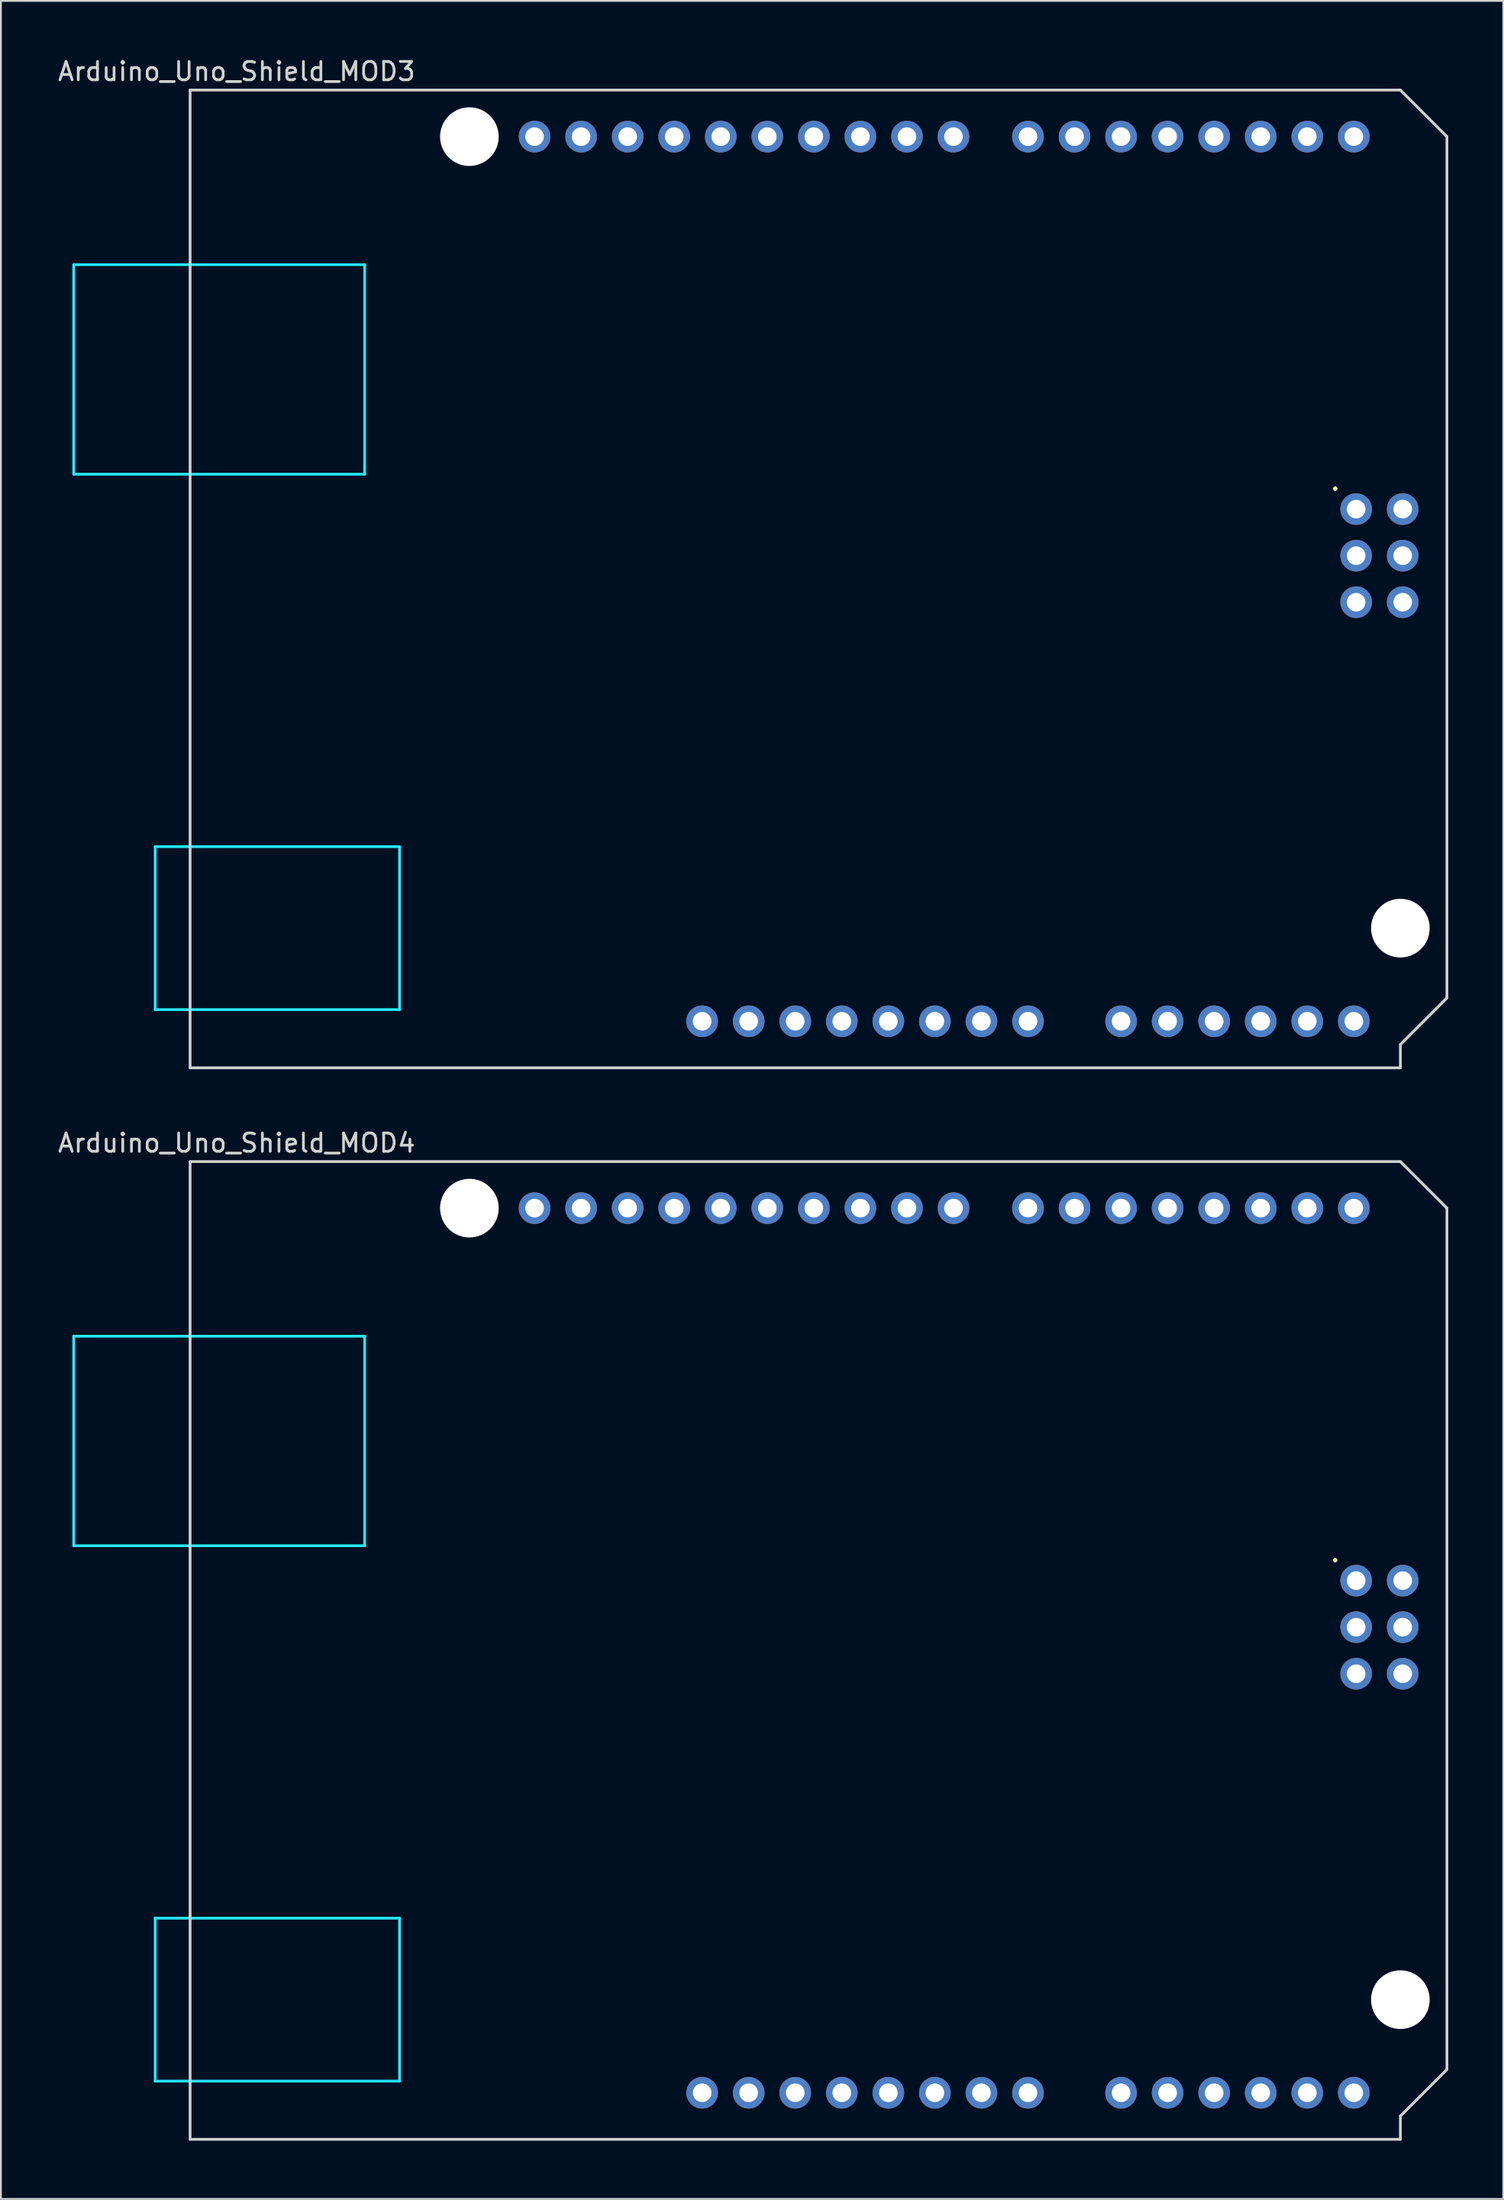
<source format=kicad_pcb>
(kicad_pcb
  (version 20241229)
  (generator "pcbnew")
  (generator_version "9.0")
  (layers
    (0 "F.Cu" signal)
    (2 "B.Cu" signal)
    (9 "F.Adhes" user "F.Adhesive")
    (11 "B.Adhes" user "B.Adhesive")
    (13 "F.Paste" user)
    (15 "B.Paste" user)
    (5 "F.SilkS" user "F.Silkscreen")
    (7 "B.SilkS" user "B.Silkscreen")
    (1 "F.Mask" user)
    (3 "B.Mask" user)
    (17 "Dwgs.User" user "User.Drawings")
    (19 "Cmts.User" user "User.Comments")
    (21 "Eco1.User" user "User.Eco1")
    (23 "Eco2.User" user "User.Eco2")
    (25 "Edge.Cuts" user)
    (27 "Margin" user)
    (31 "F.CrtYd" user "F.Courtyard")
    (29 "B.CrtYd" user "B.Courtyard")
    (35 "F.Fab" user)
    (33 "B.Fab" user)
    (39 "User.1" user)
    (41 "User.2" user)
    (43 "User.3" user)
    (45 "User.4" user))
  (footprint "Arduino_Uno_Shield_MOD4"
    (layer "F.Cu")
    (at 7.323 113.659)
    (property "Reference" "Arduino_Uno_Shield_MOD4" (at 2.54 -54.356 0) (layer "Edge.Cuts") (effects (font (size 1 1) (thickness 0.15))))
    (attr through_hole)
    (fp_line (start 0 -53.34) (end 0 0) (stroke (width 0.15) (type solid)) (layer "Edge.Cuts"))
    (fp_line (start 0 -53.34) (end 66.04 -53.34) (stroke (width 0.15) (type solid)) (layer "Edge.Cuts"))
    (fp_line (start 0 0) (end 66.04 0) (stroke (width 0.15) (type solid)) (layer "Edge.Cuts"))
    (fp_line (start 66.04 -1.27) (end 68.58 -3.81) (stroke (width 0.15) (type solid)) (layer "Edge.Cuts"))
    (fp_line (start 66.04 0) (end 66.04 -1.27) (stroke (width 0.15) (type solid)) (layer "Edge.Cuts"))
    (fp_line (start 68.58 -50.8) (end 66.04 -53.34) (stroke (width 0.15) (type solid)) (layer "Edge.Cuts"))
    (fp_line (start 68.58 -3.81) (end 68.58 -50.8) (stroke (width 0.15) (type solid)) (layer "Edge.Cuts"))
    (fp_line (start -6.35 -43.815) (end -6.35 -32.385) (stroke (width 0.15) (type solid)) (layer "B.CrtYd"))
    (fp_line (start -1.905 -12.065) (end -1.905 -3.175) (stroke (width 0.15) (type solid)) (layer "B.CrtYd"))
    (fp_line (start -1.905 -12.065) (end 11.43 -12.065) (stroke (width 0.15) (type solid)) (layer "B.CrtYd"))
    (fp_line (start -1.905 -3.175) (end 11.43 -3.175) (stroke (width 0.15) (type solid)) (layer "B.CrtYd"))
    (fp_line (start 9.525 -43.815) (end -6.35 -43.815) (stroke (width 0.15) (type solid)) (layer "B.CrtYd"))
    (fp_line (start 9.525 -43.815) (end 9.525 -32.385) (stroke (width 0.15) (type solid)) (layer "B.CrtYd"))
    (fp_line (start 9.525 -32.385) (end -6.35 -32.385) (stroke (width 0.15) (type solid)) (layer "B.CrtYd"))
    (fp_line (start 11.43 -12.065) (end 11.43 -3.175) (stroke (width 0.15) (type solid)) (layer "B.CrtYd"))
    (fp_text user "." (at 62.484 -32.004 0) (layer "F.SilkS") (effects (font (size 1 1) (thickness 0.15))))
    (pad "" np_thru_hole circle (at 15.24 -50.8) (size 3.2 3.2) (drill 3.2) (layers "*.Cu" "*.Mask"))
    (pad "" thru_hole oval (at 27.94 -2.54) (size 1.727 1.727) (drill 1.016) (layers "*.Cu" "*.Mask"))
    (pad "" np_thru_hole circle (at 66.04 -7.62) (size 3.2 3.2) (drill 3.2) (layers "*.Cu" "*.Mask"))
    (pad "3V3" thru_hole oval (at 35.56 -2.54) (size 1.727 1.727) (drill 1.016) (layers "*.Cu" "*.Mask"))
    (pad "5V1" thru_hole oval (at 38.1 -2.54) (size 1.727 1.727) (drill 1.016) (layers "*.Cu" "*.Mask"))
    (pad "5V2" thru_hole oval (at 66.167 -30.48) (size 1.727 1.727) (drill 1.016) (layers "*.Cu" "*.Mask"))
    (pad "A0" thru_hole oval (at 50.8 -2.54) (size 1.727 1.727) (drill 1.016) (layers "*.Cu" "*.Mask"))
    (pad "A1" thru_hole oval (at 53.34 -2.54) (size 1.727 1.727) (drill 1.016) (layers "*.Cu" "*.Mask"))
    (pad "A2" thru_hole oval (at 55.88 -2.54) (size 1.727 1.727) (drill 1.016) (layers "*.Cu" "*.Mask"))
    (pad "A3" thru_hole oval (at 58.42 -2.54) (size 1.727 1.727) (drill 1.016) (layers "*.Cu" "*.Mask"))
    (pad "A4" thru_hole oval (at 60.96 -2.54) (size 1.727 1.727) (drill 1.016) (layers "*.Cu" "*.Mask"))
    (pad "A5" thru_hole oval (at 63.5 -2.54) (size 1.727 1.727) (drill 1.016) (layers "*.Cu" "*.Mask"))
    (pad "AREF" thru_hole oval (at 23.876 -50.8) (size 1.727 1.727) (drill 1.016) (layers "*.Cu" "*.Mask"))
    (pad "D0" thru_hole oval (at 63.5 -50.8) (size 1.727 1.727) (drill 1.016) (layers "*.Cu" "*.Mask"))
    (pad "D1" thru_hole oval (at 60.96 -50.8) (size 1.727 1.727) (drill 1.016) (layers "*.Cu" "*.Mask"))
    (pad "D2" thru_hole oval (at 58.42 -50.8) (size 1.727 1.727) (drill 1.016) (layers "*.Cu" "*.Mask"))
    (pad "D3" thru_hole oval (at 55.88 -50.8) (size 1.727 1.727) (drill 1.016) (layers "*.Cu" "*.Mask"))
    (pad "D4" thru_hole oval (at 53.34 -50.8) (size 1.727 1.727) (drill 1.016) (layers "*.Cu" "*.Mask"))
    (pad "D5" thru_hole oval (at 50.8 -50.8) (size 1.727 1.727) (drill 1.016) (layers "*.Cu" "*.Mask"))
    (pad "D6" thru_hole oval (at 48.26 -50.8) (size 1.727 1.727) (drill 1.016) (layers "*.Cu" "*.Mask"))
    (pad "D7" thru_hole oval (at 45.72 -50.8) (size 1.727 1.727) (drill 1.016) (layers "*.Cu" "*.Mask"))
    (pad "D8" thru_hole oval (at 41.656 -50.8) (size 1.727 1.727) (drill 1.016) (layers "*.Cu" "*.Mask"))
    (pad "D9" thru_hole oval (at 39.116 -50.8) (size 1.727 1.727) (drill 1.016) (layers "*.Cu" "*.Mask"))
    (pad "D10" thru_hole oval (at 36.576 -50.8) (size 1.727 1.727) (drill 1.016) (layers "*.Cu" "*.Mask"))
    (pad "D11" thru_hole oval (at 34.036 -50.8) (size 1.727 1.727) (drill 1.016) (layers "*.Cu" "*.Mask"))
    (pad "D12" thru_hole oval (at 31.496 -50.8) (size 1.727 1.727) (drill 1.016) (layers "*.Cu" "*.Mask"))
    (pad "D13" thru_hole oval (at 28.956 -50.8) (size 1.727 1.727) (drill 1.016) (layers "*.Cu" "*.Mask"))
    (pad "GND1" thru_hole oval (at 26.416 -50.8) (size 1.727 1.727) (drill 1.016) (layers "*.Cu" "*.Mask"))
    (pad "GND2" thru_hole oval (at 40.64 -2.54) (size 1.727 1.727) (drill 1.016) (layers "*.Cu" "*.Mask"))
    (pad "GND3" thru_hole oval (at 43.18 -2.54) (size 1.727 1.727) (drill 1.016) (layers "*.Cu" "*.Mask"))
    (pad "GND4" thru_hole oval (at 66.167 -25.4) (size 1.727 1.727) (drill 1.016) (layers "*.Cu" "*.Mask"))
    (pad "IORF" thru_hole oval (at 30.48 -2.54) (size 1.727 1.727) (drill 1.016) (layers "*.Cu" "*.Mask"))
    (pad "MISO" thru_hole oval (at 63.627 -30.48) (size 1.727 1.727) (drill 1.016) (layers "*.Cu" "*.Mask"))
    (pad "MOSI" thru_hole oval (at 66.167 -27.94) (size 1.727 1.727) (drill 1.016) (layers "*.Cu" "*.Mask"))
    (pad "RST1" thru_hole oval (at 33.02 -2.54) (size 1.727 1.727) (drill 1.016) (layers "*.Cu" "*.Mask"))
    (pad "RST2" thru_hole oval (at 63.627 -25.4) (size 1.727 1.727) (drill 1.016) (layers "*.Cu" "*.Mask"))
    (pad "SCK" thru_hole oval (at 63.627 -27.94) (size 1.727 1.727) (drill 1.016) (layers "*.Cu" "*.Mask"))
    (pad "SCL" thru_hole oval (at 18.796 -50.8) (size 1.727 1.727) (drill 1.016) (layers "*.Cu" "*.Mask"))
    (pad "SDA" thru_hole oval (at 21.336 -50.8) (size 1.727 1.727) (drill 1.016) (layers "*.Cu" "*.Mask"))
    (pad "VIN" thru_hole oval (at 45.72 -2.54) (size 1.727 1.727) (drill 1.016) (layers "*.Cu" "*.Mask")))
  (footprint "Arduino_Uno_Shield_MOD3"
    (layer "F.Cu")
    (at 7.323 55.204)
    (property "Reference" "Arduino_Uno_Shield_MOD3" (at 2.54 -54.356 0) (layer "Edge.Cuts") (effects (font (size 1 1) (thickness 0.15))))
    (attr through_hole)
    (fp_line (start 0 -53.34) (end 0 0) (stroke (width 0.15) (type solid)) (layer "Edge.Cuts"))
    (fp_line (start 0 -53.34) (end 66.04 -53.34) (stroke (width 0.15) (type solid)) (layer "Edge.Cuts"))
    (fp_line (start 0 0) (end 66.04 0) (stroke (width 0.15) (type solid)) (layer "Edge.Cuts"))
    (fp_line (start 66.04 -1.27) (end 68.58 -3.81) (stroke (width 0.15) (type solid)) (layer "Edge.Cuts"))
    (fp_line (start 66.04 0) (end 66.04 -1.27) (stroke (width 0.15) (type solid)) (layer "Edge.Cuts"))
    (fp_line (start 68.58 -50.8) (end 66.04 -53.34) (stroke (width 0.15) (type solid)) (layer "Edge.Cuts"))
    (fp_line (start 68.58 -3.81) (end 68.58 -50.8) (stroke (width 0.15) (type solid)) (layer "Edge.Cuts"))
    (fp_line (start -6.35 -43.815) (end -6.35 -32.385) (stroke (width 0.15) (type solid)) (layer "B.CrtYd"))
    (fp_line (start -1.905 -12.065) (end -1.905 -3.175) (stroke (width 0.15) (type solid)) (layer "B.CrtYd"))
    (fp_line (start -1.905 -12.065) (end 11.43 -12.065) (stroke (width 0.15) (type solid)) (layer "B.CrtYd"))
    (fp_line (start -1.905 -3.175) (end 11.43 -3.175) (stroke (width 0.15) (type solid)) (layer "B.CrtYd"))
    (fp_line (start 9.525 -43.815) (end -6.35 -43.815) (stroke (width 0.15) (type solid)) (layer "B.CrtYd"))
    (fp_line (start 9.525 -43.815) (end 9.525 -32.385) (stroke (width 0.15) (type solid)) (layer "B.CrtYd"))
    (fp_line (start 9.525 -32.385) (end -6.35 -32.385) (stroke (width 0.15) (type solid)) (layer "B.CrtYd"))
    (fp_line (start 11.43 -12.065) (end 11.43 -3.175) (stroke (width 0.15) (type solid)) (layer "B.CrtYd"))
    (fp_text user "." (at 62.484 -32.004 0) (layer "F.SilkS") (effects (font (size 1 1) (thickness 0.15))))
    (pad "" np_thru_hole circle (at 15.24 -50.8) (size 3.2 3.2) (drill 3.2) (layers "*.Cu" "*.Mask"))
    (pad "" thru_hole oval (at 27.94 -2.54) (size 1.727 1.727) (drill 1.016) (layers "*.Cu" "*.Mask"))
    (pad "" np_thru_hole circle (at 66.04 -7.62) (size 3.2 3.2) (drill 3.2) (layers "*.Cu" "*.Mask"))
    (pad "3V3" thru_hole oval (at 35.56 -2.54) (size 1.727 1.727) (drill 1.016) (layers "*.Cu" "*.Mask"))
    (pad "5V1" thru_hole oval (at 38.1 -2.54) (size 1.727 1.727) (drill 1.016) (layers "*.Cu" "*.Mask"))
    (pad "5V2" thru_hole oval (at 66.167 -30.48) (size 1.727 1.727) (drill 1.016) (layers "*.Cu" "*.Mask"))
    (pad "A0" thru_hole oval (at 50.8 -2.54) (size 1.727 1.727) (drill 1.016) (layers "*.Cu" "*.Mask"))
    (pad "A1" thru_hole oval (at 53.34 -2.54) (size 1.727 1.727) (drill 1.016) (layers "*.Cu" "*.Mask"))
    (pad "A2" thru_hole oval (at 55.88 -2.54) (size 1.727 1.727) (drill 1.016) (layers "*.Cu" "*.Mask"))
    (pad "A3" thru_hole oval (at 58.42 -2.54) (size 1.727 1.727) (drill 1.016) (layers "*.Cu" "*.Mask"))
    (pad "A4" thru_hole oval (at 60.96 -2.54) (size 1.727 1.727) (drill 1.016) (layers "*.Cu" "*.Mask"))
    (pad "A5" thru_hole oval (at 63.5 -2.54) (size 1.727 1.727) (drill 1.016) (layers "*.Cu" "*.Mask"))
    (pad "AREF" thru_hole oval (at 23.876 -50.8) (size 1.727 1.727) (drill 1.016) (layers "*.Cu" "*.Mask"))
    (pad "D0" thru_hole oval (at 63.5 -50.8) (size 1.727 1.727) (drill 1.016) (layers "*.Cu" "*.Mask"))
    (pad "D1" thru_hole oval (at 60.96 -50.8) (size 1.727 1.727) (drill 1.016) (layers "*.Cu" "*.Mask"))
    (pad "D2" thru_hole oval (at 58.42 -50.8) (size 1.727 1.727) (drill 1.016) (layers "*.Cu" "*.Mask"))
    (pad "D3" thru_hole oval (at 55.88 -50.8) (size 1.727 1.727) (drill 1.016) (layers "*.Cu" "*.Mask"))
    (pad "D4" thru_hole oval (at 53.34 -50.8) (size 1.727 1.727) (drill 1.016) (layers "*.Cu" "*.Mask"))
    (pad "D5" thru_hole oval (at 50.8 -50.8) (size 1.727 1.727) (drill 1.016) (layers "*.Cu" "*.Mask"))
    (pad "D6" thru_hole oval (at 48.26 -50.8) (size 1.727 1.727) (drill 1.016) (layers "*.Cu" "*.Mask"))
    (pad "D7" thru_hole oval (at 45.72 -50.8) (size 1.727 1.727) (drill 1.016) (layers "*.Cu" "*.Mask"))
    (pad "D8" thru_hole oval (at 41.656 -50.8) (size 1.727 1.727) (drill 1.016) (layers "*.Cu" "*.Mask"))
    (pad "D9" thru_hole oval (at 39.116 -50.8) (size 1.727 1.727) (drill 1.016) (layers "*.Cu" "*.Mask"))
    (pad "D10" thru_hole oval (at 36.576 -50.8) (size 1.727 1.727) (drill 1.016) (layers "*.Cu" "*.Mask"))
    (pad "D11" thru_hole oval (at 34.036 -50.8) (size 1.727 1.727) (drill 1.016) (layers "*.Cu" "*.Mask"))
    (pad "D12" thru_hole oval (at 31.496 -50.8) (size 1.727 1.727) (drill 1.016) (layers "*.Cu" "*.Mask"))
    (pad "D13" thru_hole oval (at 28.956 -50.8) (size 1.727 1.727) (drill 1.016) (layers "*.Cu" "*.Mask"))
    (pad "GND1" thru_hole oval (at 26.416 -50.8) (size 1.727 1.727) (drill 1.016) (layers "*.Cu" "*.Mask"))
    (pad "GND2" thru_hole oval (at 40.64 -2.54) (size 1.727 1.727) (drill 1.016) (layers "*.Cu" "*.Mask"))
    (pad "GND3" thru_hole oval (at 43.18 -2.54) (size 1.727 1.727) (drill 1.016) (layers "*.Cu" "*.Mask"))
    (pad "GND4" thru_hole oval (at 66.167 -25.4) (size 1.727 1.727) (drill 1.016) (layers "*.Cu" "*.Mask"))
    (pad "IORF" thru_hole oval (at 30.48 -2.54) (size 1.727 1.727) (drill 1.016) (layers "*.Cu" "*.Mask"))
    (pad "MISO" thru_hole oval (at 63.627 -30.48) (size 1.727 1.727) (drill 1.016) (layers "*.Cu" "*.Mask"))
    (pad "MOSI" thru_hole oval (at 66.167 -27.94) (size 1.727 1.727) (drill 1.016) (layers "*.Cu" "*.Mask"))
    (pad "RST1" thru_hole oval (at 33.02 -2.54) (size 1.727 1.727) (drill 1.016) (layers "*.Cu" "*.Mask"))
    (pad "RST2" thru_hole oval (at 63.627 -25.4) (size 1.727 1.727) (drill 1.016) (layers "*.Cu" "*.Mask"))
    (pad "SCK" thru_hole oval (at 63.627 -27.94) (size 1.727 1.727) (drill 1.016) (layers "*.Cu" "*.Mask"))
    (pad "SCL" thru_hole oval (at 18.796 -50.8) (size 1.727 1.727) (drill 1.016) (layers "*.Cu" "*.Mask"))
    (pad "SDA" thru_hole oval (at 21.336 -50.8) (size 1.727 1.727) (drill 1.016) (layers "*.Cu" "*.Mask"))
    (pad "VIN" thru_hole oval (at 45.72 -2.54) (size 1.727 1.727) (drill 1.016) (layers "*.Cu" "*.Mask")))
  (gr_rect
    (start -3 -3)
    (end 78.978 116.909)
    (stroke (width 0.1) (type default))
    (fill no)
    (layer "Edge.Cuts")))
</source>
